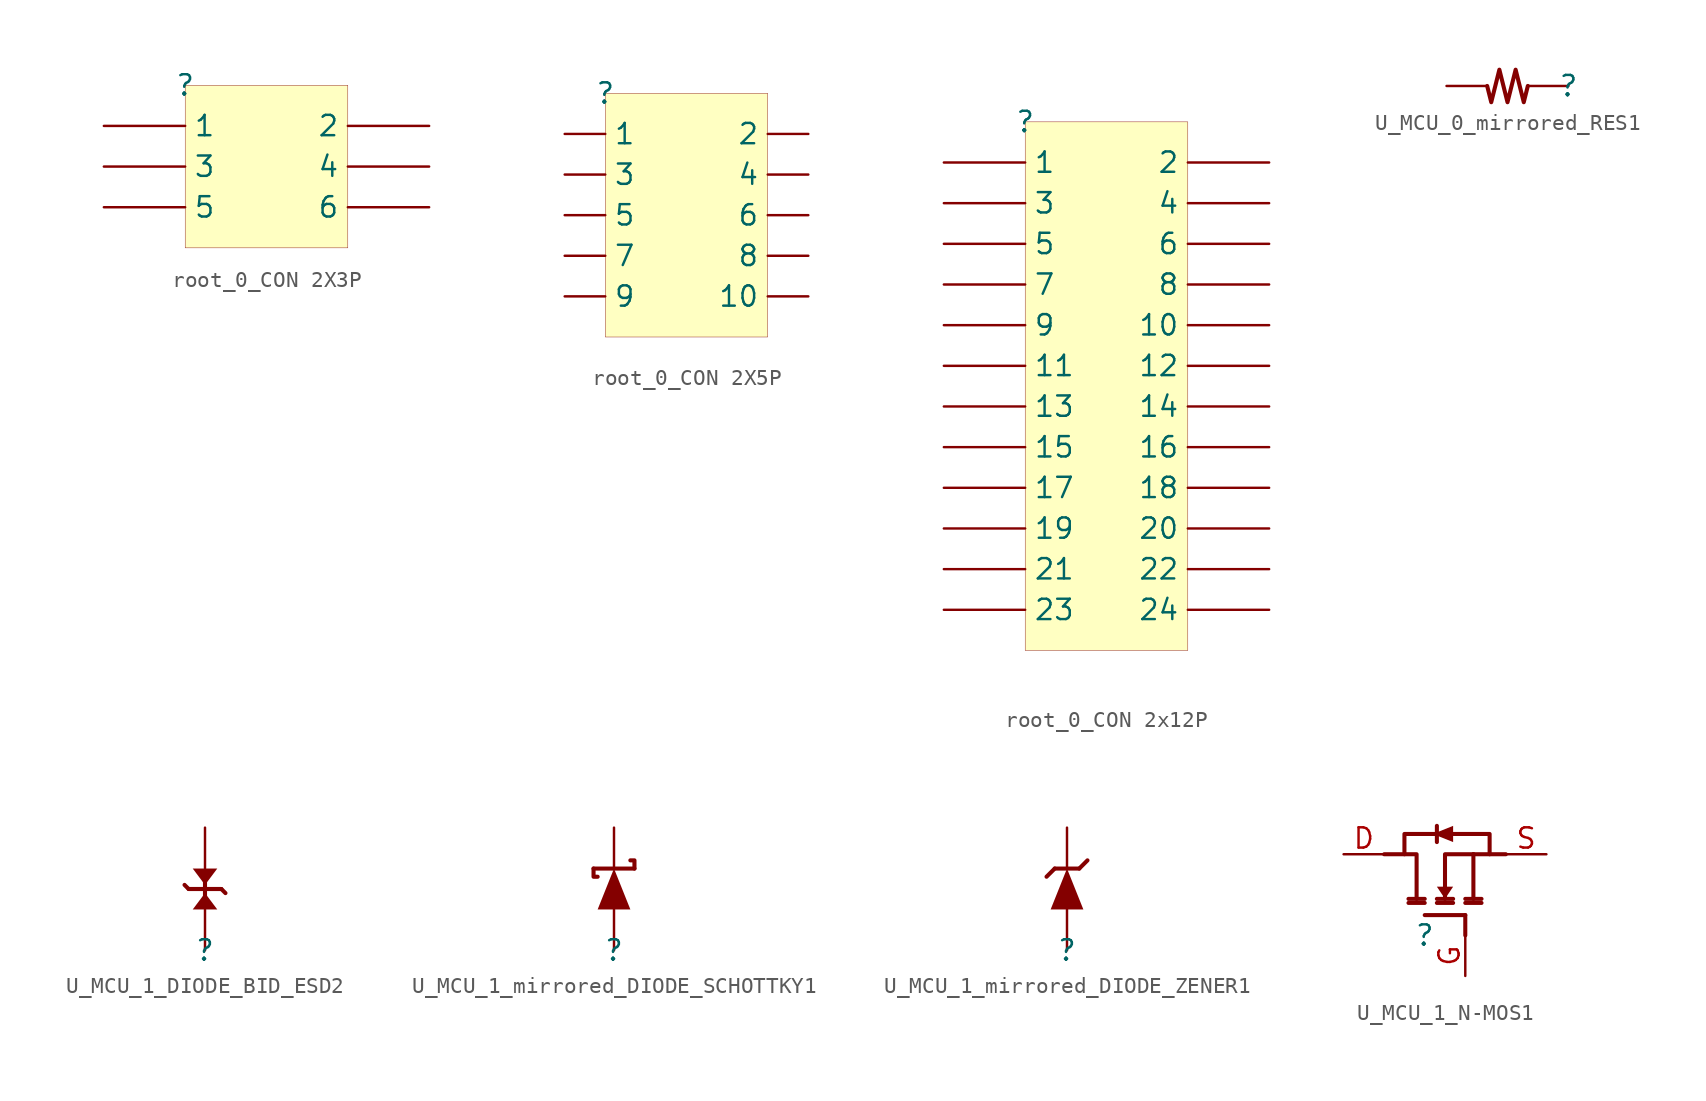
<source format=kicad_sym>
(kicad_symbol_lib
  (version 20231120)
  (generator "kicad_symbol_editor")
  (generator_version "8.0")
  (symbol "root_0_CON 2X3P"
    (property "Reference" ""
      (at 0 0 0)
      (effects (font (size 1.27 1.27))))
    (property "Value" ""
      (at 0 0 0)
      (effects (font (size 1.27 1.27))))
    (symbol "root_0_CON 2X3P_1_0"
      (rectangle (start 10.16 0) (end 0 -10.16) (stroke (width 0.025) (type solid) (color 128 0 0 1)) (fill (type background)))
      (pin passive line (at -5.08 -2.54 0) (length 5.08) (name "1" (effects (font (size 1.27 1.27)))) (number "1" (effects (font (size 0 0)))))
      (pin passive line (at 15.24 -2.54 180) (length 5.08) (name "2" (effects (font (size 1.27 1.27)))) (number "2" (effects (font (size 0 0)))))
      (pin passive line (at -5.08 -5.08 0) (length 5.08) (name "3" (effects (font (size 1.27 1.27)))) (number "3" (effects (font (size 0 0)))))
      (pin passive line (at 15.24 -5.08 180) (length 5.08) (name "4" (effects (font (size 1.27 1.27)))) (number "4" (effects (font (size 0 0)))))
      (pin passive line (at -5.08 -7.62 0) (length 5.08) (name "5" (effects (font (size 1.27 1.27)))) (number "5" (effects (font (size 0 0)))))
      (pin passive line (at 15.24 -7.62 180) (length 5.08) (name "6" (effects (font (size 1.27 1.27)))) (number "6" (effects (font (size 0 0)))))))
  (symbol "root_0_CON 2X5P"
    (property "Reference" ""
      (at 0 0 0)
      (effects (font (size 1.27 1.27))))
    (property "Value" ""
      (at 0 0 0)
      (effects (font (size 1.27 1.27))))
    (symbol "root_0_CON 2X5P_1_0"
      (rectangle (start 10.16 0) (end 0 -15.24) (stroke (width 0.025) (type solid) (color 128 0 0 1)) (fill (type background)))
      (pin passive line (at -2.54 -2.54 0) (length 2.54) (name "1" (effects (font (size 1.27 1.27)))) (number "1" (effects (font (size 0 0)))))
      (pin passive line (at 12.7 -12.7 180) (length 2.54) (name "10" (effects (font (size 1.27 1.27)))) (number "10" (effects (font (size 0 0)))))
      (pin passive line (at 12.7 -2.54 180) (length 2.54) (name "2" (effects (font (size 1.27 1.27)))) (number "2" (effects (font (size 0 0)))))
      (pin passive line (at -2.54 -5.08 0) (length 2.54) (name "3" (effects (font (size 1.27 1.27)))) (number "3" (effects (font (size 0 0)))))
      (pin passive line (at 12.7 -5.08 180) (length 2.54) (name "4" (effects (font (size 1.27 1.27)))) (number "4" (effects (font (size 0 0)))))
      (pin passive line (at -2.54 -7.62 0) (length 2.54) (name "5" (effects (font (size 1.27 1.27)))) (number "5" (effects (font (size 0 0)))))
      (pin passive line (at 12.7 -7.62 180) (length 2.54) (name "6" (effects (font (size 1.27 1.27)))) (number "6" (effects (font (size 0 0)))))
      (pin passive line (at -2.54 -10.16 0) (length 2.54) (name "7" (effects (font (size 1.27 1.27)))) (number "7" (effects (font (size 0 0)))))
      (pin passive line (at 12.7 -10.16 180) (length 2.54) (name "8" (effects (font (size 1.27 1.27)))) (number "8" (effects (font (size 0 0)))))
      (pin passive line (at -2.54 -12.7 0) (length 2.54) (name "9" (effects (font (size 1.27 1.27)))) (number "9" (effects (font (size 0 0)))))))
  (symbol "root_0_CON 2x12P"
    (property "Reference" ""
      (at 0 0 0)
      (effects (font (size 1.27 1.27))))
    (property "Value" ""
      (at 0 0 0)
      (effects (font (size 1.27 1.27))))
    (symbol "root_0_CON 2x12P_1_0"
      (rectangle (start 10.16 0) (end 0 -33.02) (stroke (width 0.025) (type solid) (color 128 0 0 1)) (fill (type background)))
      (pin passive line (at -5.08 -2.54 0) (length 5.08) (name "1" (effects (font (size 1.27 1.27)))) (number "1" (effects (font (size 0 0)))))
      (pin passive line (at 15.24 -12.7 180) (length 5.08) (name "10" (effects (font (size 1.27 1.27)))) (number "10" (effects (font (size 0 0)))))
      (pin passive line (at -5.08 -15.24 0) (length 5.08) (name "11" (effects (font (size 1.27 1.27)))) (number "11" (effects (font (size 0 0)))))
      (pin passive line (at 15.24 -15.24 180) (length 5.08) (name "12" (effects (font (size 1.27 1.27)))) (number "12" (effects (font (size 0 0)))))
      (pin passive line (at -5.08 -17.78 0) (length 5.08) (name "13" (effects (font (size 1.27 1.27)))) (number "13" (effects (font (size 0 0)))))
      (pin passive line (at 15.24 -17.78 180) (length 5.08) (name "14" (effects (font (size 1.27 1.27)))) (number "14" (effects (font (size 0 0)))))
      (pin passive line (at -5.08 -20.32 0) (length 5.08) (name "15" (effects (font (size 1.27 1.27)))) (number "15" (effects (font (size 0 0)))))
      (pin passive line (at 15.24 -20.32 180) (length 5.08) (name "16" (effects (font (size 1.27 1.27)))) (number "16" (effects (font (size 0 0)))))
      (pin passive line (at -5.08 -22.86 0) (length 5.08) (name "17" (effects (font (size 1.27 1.27)))) (number "17" (effects (font (size 0 0)))))
      (pin passive line (at 15.24 -22.86 180) (length 5.08) (name "18" (effects (font (size 1.27 1.27)))) (number "18" (effects (font (size 0 0)))))
      (pin passive line (at -5.08 -25.4 0) (length 5.08) (name "19" (effects (font (size 1.27 1.27)))) (number "19" (effects (font (size 0 0)))))
      (pin passive line (at 15.24 -2.54 180) (length 5.08) (name "2" (effects (font (size 1.27 1.27)))) (number "2" (effects (font (size 0 0)))))
      (pin passive line (at 15.24 -25.4 180) (length 5.08) (name "20" (effects (font (size 1.27 1.27)))) (number "20" (effects (font (size 0 0)))))
      (pin passive line (at -5.08 -27.94 0) (length 5.08) (name "21" (effects (font (size 1.27 1.27)))) (number "21" (effects (font (size 0 0)))))
      (pin passive line (at 15.24 -27.94 180) (length 5.08) (name "22" (effects (font (size 1.27 1.27)))) (number "22" (effects (font (size 0 0)))))
      (pin passive line (at -5.08 -30.48 0) (length 5.08) (name "23" (effects (font (size 1.27 1.27)))) (number "23" (effects (font (size 0 0)))))
      (pin passive line (at 15.24 -30.48 180) (length 5.08) (name "24" (effects (font (size 1.27 1.27)))) (number "24" (effects (font (size 0 0)))))
      (pin passive line (at -5.08 -5.08 0) (length 5.08) (name "3" (effects (font (size 1.27 1.27)))) (number "3" (effects (font (size 0 0)))))
      (pin passive line (at 15.24 -5.08 180) (length 5.08) (name "4" (effects (font (size 1.27 1.27)))) (number "4" (effects (font (size 0 0)))))
      (pin passive line (at -5.08 -7.62 0) (length 5.08) (name "5" (effects (font (size 1.27 1.27)))) (number "5" (effects (font (size 0 0)))))
      (pin passive line (at 15.24 -7.62 180) (length 5.08) (name "6" (effects (font (size 1.27 1.27)))) (number "6" (effects (font (size 0 0)))))
      (pin passive line (at -5.08 -10.16 0) (length 5.08) (name "7" (effects (font (size 1.27 1.27)))) (number "7" (effects (font (size 0 0)))))
      (pin passive line (at 15.24 -10.16 180) (length 5.08) (name "8" (effects (font (size 1.27 1.27)))) (number "8" (effects (font (size 0 0)))))
      (pin passive line (at -5.08 -12.7 0) (length 5.08) (name "9" (effects (font (size 1.27 1.27)))) (number "9" (effects (font (size 0 0)))))))
  (symbol "U_MCU_0_mirrored_RES1"
    (property "Reference" ""
      (at 0 0 0)
      (effects (font (size 1.27 1.27))))
    (property "Value" ""
      (at 0 0 0)
      (effects (font (size 1.27 1.27))))
    (symbol "U_MCU_0_mirrored_RES1_1_0"
      (polyline (pts (xy -2.54 0) (xy -2.794 -1.016) (xy -3.302 1.016) (xy -3.81 -1.016) (xy -4.318 1.016) (xy -4.826 -1.016) (xy -5.08 0)) (stroke (width 0.254) (type solid)) (fill (type none)))
      (pin passive line (at 0 0 180) (length 2.54) (name "1" (effects (font (size 0 0)))) (number "1" (effects (font (size 0 0)))))
      (pin passive line (at -7.62 0 0) (length 2.54) (name "2" (effects (font (size 0 0)))) (number "2" (effects (font (size 0 0)))))))
  (symbol "U_MCU_1_DIODE_BID_ESD2"
    (property "Reference" ""
      (at 0 0 0)
      (effects (font (size 1.27 1.27))))
    (property "Value" ""
      (at 0 0 0)
      (effects (font (size 1.27 1.27))))
    (symbol "U_MCU_1_DIODE_BID_ESD2_1_0"
      (polyline (pts (xy -1.016 3.81) (xy -1.27 4.064)) (stroke (width 0.254) (type solid)) (fill (type none)))
      (polyline (pts (xy -1.016 3.81) (xy 1.016 3.81)) (stroke (width 0.254) (type solid)) (fill (type none)))
      (polyline (pts (xy 0 3.302) (xy 0 4.318)) (stroke (width 0.254) (type solid)) (fill (type none)))
      (polyline (pts (xy 1.016 3.81) (xy 1.27 3.556)) (stroke (width 0.254) (type solid)) (fill (type none)))
      (polyline (pts (xy 0 3.556) (xy -0.762 2.54) (xy 0.762 2.54) (xy 0 3.556)) (stroke (width -0.0001) (type solid)) (fill (type outline)))
      (polyline (pts (xy 0 4.064) (xy 0.762 5.08) (xy -0.762 5.08) (xy 0 4.064)) (stroke (width -0.0001) (type solid)) (fill (type outline)))
      (pin passive line (at 0 0 90) (length 2.54) (name "1" (effects (font (size 0 0)))) (number "1" (effects (font (size 0 0)))))
      (pin passive line (at 0 7.62 270) (length 2.54) (name "2" (effects (font (size 0 0)))) (number "2" (effects (font (size 0 0)))))))
  (symbol "U_MCU_1_mirrored_DIODE_SCHOTTKY1"
    (property "Reference" ""
      (at 0 0 0)
      (effects (font (size 1.27 1.27))))
    (property "Value" ""
      (at 0 0 0)
      (effects (font (size 1.27 1.27))))
    (symbol "U_MCU_1_mirrored_DIODE_SCHOTTKY1_1_0"
      (polyline (pts (xy 1.27 5.08) (xy -1.27 5.08)) (stroke (width 0.254) (type solid)) (fill (type none)))
      (polyline (pts (xy -1.27 5.08) (xy -1.27 4.572) (xy -1.016 4.572)) (stroke (width 0.254) (type solid)) (fill (type none)))
      (polyline (pts (xy 1.27 5.08) (xy 1.27 5.588) (xy 1.016 5.588)) (stroke (width 0.254) (type solid)) (fill (type none)))
      (polyline (pts (xy 0 5.08) (xy 1.016 2.54) (xy -1.016 2.54) (xy 0 5.08)) (stroke (width -0.0001) (type solid)) (fill (type outline)))
      (pin passive line (at 0 0 90) (length 2.54) (name "A" (effects (font (size 0 0)))) (number "A" (effects (font (size 0 0)))))
      (pin passive line (at 0 7.62 270) (length 2.54) (name "K" (effects (font (size 0 0)))) (number "K" (effects (font (size 0 0)))))))
  (symbol "U_MCU_1_mirrored_DIODE_ZENER1"
    (property "Reference" ""
      (at 0 0 0)
      (effects (font (size 1.27 1.27))))
    (property "Value" ""
      (at 0 0 0)
      (effects (font (size 1.27 1.27))))
    (symbol "U_MCU_1_mirrored_DIODE_ZENER1_1_0"
      (polyline (pts (xy -0.762 5.08) (xy -1.27 4.572)) (stroke (width 0.254) (type solid)) (fill (type none)))
      (polyline (pts (xy 0.762 5.08) (xy -0.762 5.08)) (stroke (width 0.254) (type solid)) (fill (type none)))
      (polyline (pts (xy 0.762 5.08) (xy 1.27 5.588)) (stroke (width 0.254) (type solid)) (fill (type none)))
      (polyline (pts (xy 0 5.08) (xy 1.016 2.54) (xy -1.016 2.54) (xy 0 5.08)) (stroke (width -0.0001) (type solid)) (fill (type outline)))
      (pin passive line (at 0 0 90) (length 2.54) (name "A" (effects (font (size 0 0)))) (number "A" (effects (font (size 0 0)))))
      (pin passive line (at 0 7.62 270) (length 2.54) (name "K" (effects (font (size 0 0)))) (number "K" (effects (font (size 0 0)))))))
  (symbol "U_MCU_1_N-MOS1"
    (property "Reference" ""
      (at 0 0 0)
      (effects (font (size 1.27 1.27))))
    (property "Value" ""
      (at 0 0 0)
      (effects (font (size 1.27 1.27))))
    (symbol "U_MCU_1_N-MOS1_1_0"
      (polyline (pts (xy -1.016 2.286) (xy 0 2.286)) (stroke (width 0.254) (type solid)) (fill (type none)))
      (polyline (pts (xy 0 2.032) (xy -1.016 2.032)) (stroke (width 0.254) (type solid)) (fill (type none)))
      (polyline (pts (xy 0.762 2.032) (xy 1.778 2.032)) (stroke (width 0.254) (type solid)) (fill (type none)))
      (polyline (pts (xy 0.762 2.286) (xy 1.778 2.286)) (stroke (width 0.254) (type solid)) (fill (type none)))
      (polyline (pts (xy 0.762 6.858) (xy 0.762 5.842)) (stroke (width 0.254) (type solid)) (fill (type none)))
      (polyline (pts (xy 2.54 0) (xy 2.54 1.27)) (stroke (width 0.254) (type solid)) (fill (type none)))
      (polyline (pts (xy 2.54 1.27) (xy 0 1.27)) (stroke (width 0.254) (type solid)) (fill (type none)))
      (polyline (pts (xy 2.54 2.032) (xy 3.556 2.032)) (stroke (width 0.254) (type solid)) (fill (type none)))
      (polyline (pts (xy 2.54 2.286) (xy 3.556 2.286)) (stroke (width 0.254) (type solid)) (fill (type none)))
      (polyline (pts (xy 3.048 5.08) (xy 3.048 2.286)) (stroke (width 0.254) (type solid)) (fill (type none)))
      (polyline (pts (xy 5.08 5.08) (xy 3.048 5.08)) (stroke (width 0.254) (type solid)) (fill (type none)))
      (polyline (pts (xy -2.54 5.08) (xy -0.508 5.08) (xy -0.508 2.286)) (stroke (width 0.254) (type solid)) (fill (type none)))
      (polyline (pts (xy 3.048 5.08) (xy 1.27 5.08) (xy 1.27 2.286)) (stroke (width 0.254) (type solid)) (fill (type none)))
      (polyline (pts (xy -1.27 5.08) (xy -1.27 6.35) (xy 4.064 6.35) (xy 4.064 5.08)) (stroke (width 0.254) (type solid)) (fill (type none)))
      (polyline (pts (xy 1.778 3.048) (xy 0.762 3.048) (xy 1.27 2.286) (xy 1.778 3.048)) (stroke (width -0.0001) (type solid)) (fill (type outline)))
      (polyline (pts (xy 1.778 5.842) (xy 1.778 6.858) (xy 0.508 6.35) (xy 1.778 5.842)) (stroke (width -0.0001) (type solid)) (fill (type outline)))
      (pin passive line (at -5.08 5.08 0) (length 2.54) (name "D" (effects (font (size 0 0)))) (number "D" (effects (font (size 1.27 1.27)))))
      (pin passive line (at 2.54 -2.54 90) (length 2.54) (name "G" (effects (font (size 0 0)))) (number "G" (effects (font (size 1.27 1.27)))))
      (pin passive line (at 7.62 5.08 180) (length 2.54) (name "S" (effects (font (size 0 0)))) (number "S" (effects (font (size 1.27 1.27))))))))
</source>
